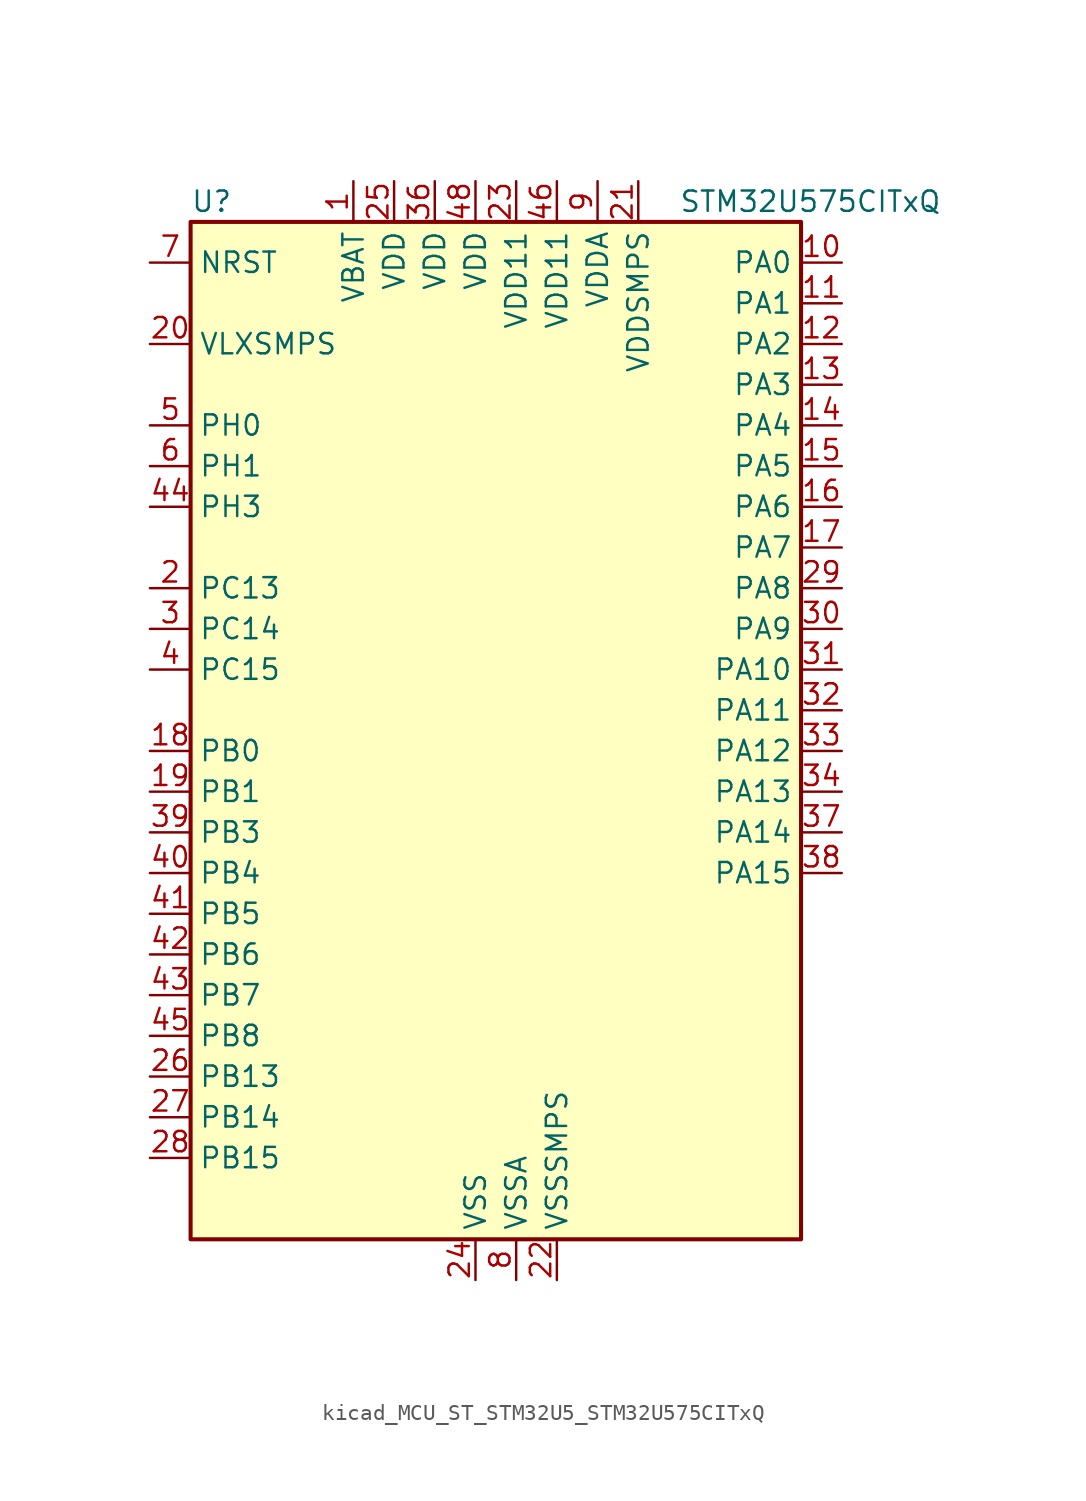
<source format=kicad_sym>
(kicad_symbol_lib
  (version 20220914)
  (generator kicad_symbol_editor)
  (symbol "kicad_MCU_ST_STM32U5_STM32U575CITxQ"
    (property "Reference" "U"
      (at -17.78 34.29 0)
      (effects (font (size 1.27 1.27)) (justify left)))
    (property "Value" "STM32U575CITxQ"
      (at 12.7 34.29 0)
      (effects (font (size 1.27 1.27)) (justify left)))
    (property "ki_locked" ""
      (at 0 0 0)
      (effects (font (size 1.27 1.27))))
    (symbol "kicad_MCU_ST_STM32U5_STM32U575CITxQ_0_1"
      (rectangle (start -17.78 -30.48) (end 20.32 33.02) (stroke (width 0.254) (type default)) (fill (type background))))
    (symbol "kicad_MCU_ST_STM32U5_STM32U575CITxQ_1_1"
      (pin power_in line (at -7.62 35.56 270) (length 2.54) (name "VBAT" (effects (font (size 1.27 1.27)))) (number "1" (effects (font (size 1.27 1.27)))))
      (pin bidirectional line (at 22.86 30.48 180) (length 2.54) (name "PA0" (effects (font (size 1.27 1.27)))) (number "10" (effects (font (size 1.27 1.27)))) (alternate "ADC1_IN5" bidirectional line) (alternate "AUDIOCLK" bidirectional line) (alternate "OCTOSPIM_P2_NCS" bidirectional line) (alternate "OPAMP1_VINP" bidirectional line) (alternate "PWR_WKUP1" bidirectional line) (alternate "SPI3_RDY" bidirectional line) (alternate "TAMP_IN2" bidirectional line) (alternate "TAMP_OUT1" bidirectional line) (alternate "TIM2_CH1" bidirectional line) (alternate "TIM2_ETR" bidirectional line) (alternate "TIM5_CH1" bidirectional line) (alternate "TIM8_ETR" bidirectional line) (alternate "UART4_TX" bidirectional line) (alternate "USART2_CTS" bidirectional line))
      (pin bidirectional line (at 22.86 27.94 180) (length 2.54) (name "PA1" (effects (font (size 1.27 1.27)))) (number "11" (effects (font (size 1.27 1.27)))) (alternate "ADC1_IN6" bidirectional line) (alternate "I2C1_SMBA" bidirectional line) (alternate "LPTIM1_CH2" bidirectional line) (alternate "OCTOSPIM_P1_DQS" bidirectional line) (alternate "OPAMP1_VINM" bidirectional line) (alternate "PWR_WKUP3" bidirectional line) (alternate "SPI1_SCK" bidirectional line) (alternate "TAMP_IN5" bidirectional line) (alternate "TAMP_OUT4" bidirectional line) (alternate "TIM15_CH1N" bidirectional line) (alternate "TIM2_CH2" bidirectional line) (alternate "TIM5_CH2" bidirectional line) (alternate "UART4_RX" bidirectional line) (alternate "USART2_DE" bidirectional line) (alternate "USART2_RTS" bidirectional line))
      (pin bidirectional line (at 22.86 25.4 180) (length 2.54) (name "PA2" (effects (font (size 1.27 1.27)))) (number "12" (effects (font (size 1.27 1.27)))) (alternate "ADC1_IN7" bidirectional line) (alternate "COMP1_INP" bidirectional line) (alternate "LPUART1_TX" bidirectional line) (alternate "OCTOSPIM_P1_NCS" bidirectional line) (alternate "PWR_WKUP4" bidirectional line) (alternate "RCC_LSCO" bidirectional line) (alternate "SPI1_RDY" bidirectional line) (alternate "TIM15_CH1" bidirectional line) (alternate "TIM2_CH3" bidirectional line) (alternate "TIM5_CH3" bidirectional line) (alternate "UCPD1_FRSTX1" bidirectional line) (alternate "USART2_TX" bidirectional line))
      (pin bidirectional line (at 22.86 22.86 180) (length 2.54) (name "PA3" (effects (font (size 1.27 1.27)))) (number "13" (effects (font (size 1.27 1.27)))) (alternate "ADC1_IN8" bidirectional line) (alternate "LPUART1_RX" bidirectional line) (alternate "OCTOSPIM_P1_CLK" bidirectional line) (alternate "OPAMP1_VOUT" bidirectional line) (alternate "PWR_WKUP5" bidirectional line) (alternate "SAI1_CK1" bidirectional line) (alternate "SAI1_MCLK_A" bidirectional line) (alternate "TIM15_CH2" bidirectional line) (alternate "TIM2_CH4" bidirectional line) (alternate "TIM5_CH4" bidirectional line) (alternate "USART2_RX" bidirectional line))
      (pin bidirectional line (at 22.86 20.32 180) (length 2.54) (name "PA4" (effects (font (size 1.27 1.27)))) (number "14" (effects (font (size 1.27 1.27)))) (alternate "ADC1_IN9" bidirectional line) (alternate "ADC4_IN9" bidirectional line) (alternate "DAC1_OUT1" bidirectional line) (alternate "LPTIM2_CH1" bidirectional line) (alternate "OCTOSPIM_P1_NCS" bidirectional line) (alternate "PWR_WKUP2" bidirectional line) (alternate "SAI1_FS_B" bidirectional line) (alternate "SPI1_NSS" bidirectional line) (alternate "SPI3_NSS" bidirectional line) (alternate "USART2_CK" bidirectional line))
      (pin bidirectional line (at 22.86 17.78 180) (length 2.54) (name "PA5" (effects (font (size 1.27 1.27)))) (number "15" (effects (font (size 1.27 1.27)))) (alternate "ADC1_IN10" bidirectional line) (alternate "ADC4_IN10" bidirectional line) (alternate "DAC1_OUT2" bidirectional line) (alternate "LPTIM2_ETR" bidirectional line) (alternate "PWR_CSLEEP" bidirectional line) (alternate "PWR_WKUP6" bidirectional line) (alternate "SPI1_SCK" bidirectional line) (alternate "TIM2_CH1" bidirectional line) (alternate "TIM2_ETR" bidirectional line) (alternate "TIM8_CH1N" bidirectional line) (alternate "USART3_RX" bidirectional line))
      (pin bidirectional line (at 22.86 15.24 180) (length 2.54) (name "PA6" (effects (font (size 1.27 1.27)))) (number "16" (effects (font (size 1.27 1.27)))) (alternate "ADC1_IN11" bidirectional line) (alternate "ADC4_IN11" bidirectional line) (alternate "LPUART1_CTS" bidirectional line) (alternate "OCTOSPIM_P1_IO3" bidirectional line) (alternate "OPAMP2_VINP" bidirectional line) (alternate "PWR_CDSTOP" bidirectional line) (alternate "PWR_WKUP7" bidirectional line) (alternate "SPI1_MISO" bidirectional line) (alternate "TIM16_CH1" bidirectional line) (alternate "TIM1_BKIN" bidirectional line) (alternate "TIM3_CH1" bidirectional line) (alternate "TIM8_BKIN" bidirectional line) (alternate "USART3_CTS" bidirectional line))
      (pin bidirectional line (at 22.86 12.7 180) (length 2.54) (name "PA7" (effects (font (size 1.27 1.27)))) (number "17" (effects (font (size 1.27 1.27)))) (alternate "ADC1_IN12" bidirectional line) (alternate "ADC4_IN20" bidirectional line) (alternate "I2C3_SCL" bidirectional line) (alternate "LPTIM2_CH2" bidirectional line) (alternate "OCTOSPIM_P1_IO2" bidirectional line) (alternate "OPAMP2_VINM" bidirectional line) (alternate "PWR_SRDSTOP" bidirectional line) (alternate "PWR_WKUP8" bidirectional line) (alternate "SPI1_MOSI" bidirectional line) (alternate "TIM17_CH1" bidirectional line) (alternate "TIM1_CH1N" bidirectional line) (alternate "TIM3_CH2" bidirectional line) (alternate "TIM8_CH1N" bidirectional line) (alternate "USART3_TX" bidirectional line))
      (pin bidirectional line (at -20.32 0 0) (length 2.54) (name "PB0" (effects (font (size 1.27 1.27)))) (number "18" (effects (font (size 1.27 1.27)))) (alternate "ADC1_IN15" bidirectional line) (alternate "ADC4_IN18" bidirectional line) (alternate "AUDIOCLK" bidirectional line) (alternate "COMP1_OUT" bidirectional line) (alternate "LPTIM3_CH1" bidirectional line) (alternate "OCTOSPIM_P1_IO1" bidirectional line) (alternate "OPAMP2_VOUT" bidirectional line) (alternate "SPI1_NSS" bidirectional line) (alternate "TIM1_CH2N" bidirectional line) (alternate "TIM3_CH3" bidirectional line) (alternate "TIM8_CH2N" bidirectional line) (alternate "USART3_CK" bidirectional line))
      (pin bidirectional line (at -20.32 -2.54 0) (length 2.54) (name "PB1" (effects (font (size 1.27 1.27)))) (number "19" (effects (font (size 1.27 1.27)))) (alternate "ADC1_IN16" bidirectional line) (alternate "ADC4_IN19" bidirectional line) (alternate "COMP1_INM" bidirectional line) (alternate "LPTIM2_IN1" bidirectional line) (alternate "LPTIM3_CH2" bidirectional line) (alternate "LPUART1_DE" bidirectional line) (alternate "LPUART1_RTS" bidirectional line) (alternate "MDF1_SDI0" bidirectional line) (alternate "OCTOSPIM_P1_IO0" bidirectional line) (alternate "PWR_WKUP4" bidirectional line) (alternate "TIM1_CH3N" bidirectional line) (alternate "TIM3_CH4" bidirectional line) (alternate "TIM8_CH3N" bidirectional line) (alternate "USART3_DE" bidirectional line) (alternate "USART3_RTS" bidirectional line))
      (pin bidirectional line (at -20.32 10.16 0) (length 2.54) (name "PC13" (effects (font (size 1.27 1.27)))) (number "2" (effects (font (size 1.27 1.27)))) (alternate "PWR_WKUP2" bidirectional line) (alternate "RTC_OUT1" bidirectional line) (alternate "RTC_TS" bidirectional line) (alternate "TAMP_IN1" bidirectional line) (alternate "TAMP_OUT2" bidirectional line))
      (pin power_in line (at -20.32 25.4 0) (length 2.54) (name "VLXSMPS" (effects (font (size 1.27 1.27)))) (number "20" (effects (font (size 1.27 1.27)))))
      (pin power_in line (at 10.16 35.56 270) (length 2.54) (name "VDDSMPS" (effects (font (size 1.27 1.27)))) (number "21" (effects (font (size 1.27 1.27)))))
      (pin power_in line (at 5.08 -33.02 90) (length 2.54) (name "VSSSMPS" (effects (font (size 1.27 1.27)))) (number "22" (effects (font (size 1.27 1.27)))))
      (pin power_in line (at 2.54 35.56 270) (length 2.54) (name "VDD11" (effects (font (size 1.27 1.27)))) (number "23" (effects (font (size 1.27 1.27)))))
      (pin power_in line (at 0 -33.02 90) (length 2.54) (name "VSS" (effects (font (size 1.27 1.27)))) (number "24" (effects (font (size 1.27 1.27)))))
      (pin power_in line (at -5.08 35.56 270) (length 2.54) (name "VDD" (effects (font (size 1.27 1.27)))) (number "25" (effects (font (size 1.27 1.27)))))
      (pin bidirectional line (at -20.32 -20.32 0) (length 2.54) (name "PB13" (effects (font (size 1.27 1.27)))) (number "26" (effects (font (size 1.27 1.27)))) (alternate "I2C2_SCL" bidirectional line) (alternate "LPTIM3_IN1" bidirectional line) (alternate "LPUART1_CTS" bidirectional line) (alternate "MDF1_CKI1" bidirectional line) (alternate "SPI2_SCK" bidirectional line) (alternate "TIM15_CH1N" bidirectional line) (alternate "TIM1_CH1N" bidirectional line) (alternate "TSC_G1_IO2" bidirectional line) (alternate "USART3_CTS" bidirectional line))
      (pin bidirectional line (at -20.32 -22.86 0) (length 2.54) (name "PB14" (effects (font (size 1.27 1.27)))) (number "27" (effects (font (size 1.27 1.27)))) (alternate "I2C2_SDA" bidirectional line) (alternate "LPTIM3_ETR" bidirectional line) (alternate "MDF1_SDI2" bidirectional line) (alternate "SPI2_MISO" bidirectional line) (alternate "TIM15_CH1" bidirectional line) (alternate "TIM1_CH2N" bidirectional line) (alternate "TIM8_CH2N" bidirectional line) (alternate "TSC_G1_IO3" bidirectional line) (alternate "UCPD1_DBCC2" bidirectional line) (alternate "USART3_DE" bidirectional line) (alternate "USART3_RTS" bidirectional line))
      (pin bidirectional line (at -20.32 -25.4 0) (length 2.54) (name "PB15" (effects (font (size 1.27 1.27)))) (number "28" (effects (font (size 1.27 1.27)))) (alternate "ADC1_EXTI15" bidirectional line) (alternate "ADC4_EXTI15" bidirectional line) (alternate "LPTIM2_IN2" bidirectional line) (alternate "MDF1_CKI2" bidirectional line) (alternate "PWR_WKUP7" bidirectional line) (alternate "RTC_REFIN" bidirectional line) (alternate "SPI2_MOSI" bidirectional line) (alternate "TIM15_CH2" bidirectional line) (alternate "TIM1_CH3N" bidirectional line) (alternate "TIM8_CH3N" bidirectional line) (alternate "UCPD1_CC2" bidirectional line))
      (pin bidirectional line (at 22.86 10.16 180) (length 2.54) (name "PA8" (effects (font (size 1.27 1.27)))) (number "29" (effects (font (size 1.27 1.27)))) (alternate "DEBUG_TRACECLK" bidirectional line) (alternate "LPTIM2_CH1" bidirectional line) (alternate "RCC_MCO" bidirectional line) (alternate "SAI1_CK2" bidirectional line) (alternate "SAI1_SCK_A" bidirectional line) (alternate "SPI1_RDY" bidirectional line) (alternate "TIM1_CH1" bidirectional line) (alternate "USART1_CK" bidirectional line) (alternate "USB_OTG_FS_SOF" bidirectional line))
      (pin bidirectional line (at -20.32 7.62 0) (length 2.54) (name "PC14" (effects (font (size 1.27 1.27)))) (number "3" (effects (font (size 1.27 1.27)))) (alternate "RCC_OSC32_IN" bidirectional line))
      (pin bidirectional line (at 22.86 7.62 180) (length 2.54) (name "PA9" (effects (font (size 1.27 1.27)))) (number "30" (effects (font (size 1.27 1.27)))) (alternate "DAC1_EXTI9" bidirectional line) (alternate "SAI1_FS_A" bidirectional line) (alternate "SPI2_SCK" bidirectional line) (alternate "TIM15_BKIN" bidirectional line) (alternate "TIM1_CH2" bidirectional line) (alternate "USART1_TX" bidirectional line) (alternate "USB_OTG_FS_VBUS" bidirectional line))
      (pin bidirectional line (at 22.86 5.08 180) (length 2.54) (name "PA10" (effects (font (size 1.27 1.27)))) (number "31" (effects (font (size 1.27 1.27)))) (alternate "CRS_SYNC" bidirectional line) (alternate "LPTIM2_IN2" bidirectional line) (alternate "SAI1_D1" bidirectional line) (alternate "SAI1_SD_A" bidirectional line) (alternate "TIM17_BKIN" bidirectional line) (alternate "TIM1_CH3" bidirectional line) (alternate "USART1_RX" bidirectional line) (alternate "USB_OTG_FS_ID" bidirectional line))
      (pin bidirectional line (at 22.86 2.54 180) (length 2.54) (name "PA11" (effects (font (size 1.27 1.27)))) (number "32" (effects (font (size 1.27 1.27)))) (alternate "ADC1_EXTI11" bidirectional line) (alternate "FDCAN1_RX" bidirectional line) (alternate "SPI1_MISO" bidirectional line) (alternate "TIM1_BKIN2" bidirectional line) (alternate "TIM1_CH4" bidirectional line) (alternate "USART1_CTS" bidirectional line) (alternate "USB_OTG_FS_DM" bidirectional line))
      (pin bidirectional line (at 22.86 0 180) (length 2.54) (name "PA12" (effects (font (size 1.27 1.27)))) (number "33" (effects (font (size 1.27 1.27)))) (alternate "FDCAN1_TX" bidirectional line) (alternate "OCTOSPIM_P2_NCS" bidirectional line) (alternate "SPI1_MOSI" bidirectional line) (alternate "TIM1_ETR" bidirectional line) (alternate "USART1_DE" bidirectional line) (alternate "USART1_RTS" bidirectional line) (alternate "USB_OTG_FS_DP" bidirectional line))
      (pin bidirectional line (at 22.86 -2.54 180) (length 2.54) (name "PA13" (effects (font (size 1.27 1.27)))) (number "34" (effects (font (size 1.27 1.27)))) (alternate "DEBUG_JTMS-SWDIO" bidirectional line) (alternate "IR_OUT" bidirectional line) (alternate "SAI1_SD_B" bidirectional line) (alternate "USB_OTG_FS_NOE" bidirectional line))
      (pin passive line (at 0 -33.02 90) (length 2.54) hide (name "VSS" (effects (font (size 1.27 1.27)))) (number "35" (effects (font (size 1.27 1.27)))))
      (pin power_in line (at -2.54 35.56 270) (length 2.54) (name "VDD" (effects (font (size 1.27 1.27)))) (number "36" (effects (font (size 1.27 1.27)))))
      (pin bidirectional line (at 22.86 -5.08 180) (length 2.54) (name "PA14" (effects (font (size 1.27 1.27)))) (number "37" (effects (font (size 1.27 1.27)))) (alternate "DEBUG_JTCK-SWCLK" bidirectional line) (alternate "I2C1_SMBA" bidirectional line) (alternate "I2C4_SMBA" bidirectional line) (alternate "LPTIM1_CH1" bidirectional line) (alternate "SAI1_FS_B" bidirectional line) (alternate "USB_OTG_FS_SOF" bidirectional line))
      (pin bidirectional line (at 22.86 -7.62 180) (length 2.54) (name "PA15" (effects (font (size 1.27 1.27)))) (number "38" (effects (font (size 1.27 1.27)))) (alternate "ADC1_EXTI15" bidirectional line) (alternate "ADC4_EXTI15" bidirectional line) (alternate "DEBUG_JTDI" bidirectional line) (alternate "SPI1_NSS" bidirectional line) (alternate "SPI3_NSS" bidirectional line) (alternate "TIM2_CH1" bidirectional line) (alternate "TIM2_ETR" bidirectional line) (alternate "UART4_DE" bidirectional line) (alternate "UART4_RTS" bidirectional line) (alternate "UCPD1_CC1" bidirectional line) (alternate "USART2_RX" bidirectional line) (alternate "USART3_DE" bidirectional line) (alternate "USART3_RTS" bidirectional line))
      (pin bidirectional line (at -20.32 -5.08 0) (length 2.54) (name "PB3" (effects (font (size 1.27 1.27)))) (number "39" (effects (font (size 1.27 1.27)))) (alternate "ADF1_CCK0" bidirectional line) (alternate "COMP2_INM" bidirectional line) (alternate "CRS_SYNC" bidirectional line) (alternate "DEBUG_JTDO-SWO" bidirectional line) (alternate "I2C1_SDA" bidirectional line) (alternate "LPTIM1_CH1" bidirectional line) (alternate "SAI1_SCK_B" bidirectional line) (alternate "SPI1_SCK" bidirectional line) (alternate "SPI3_SCK" bidirectional line) (alternate "TIM2_CH2" bidirectional line) (alternate "USART1_DE" bidirectional line) (alternate "USART1_RTS" bidirectional line))
      (pin bidirectional line (at -20.32 5.08 0) (length 2.54) (name "PC15" (effects (font (size 1.27 1.27)))) (number "4" (effects (font (size 1.27 1.27)))) (alternate "ADC1_EXTI15" bidirectional line) (alternate "ADC4_EXTI15" bidirectional line) (alternate "RCC_OSC32_OUT" bidirectional line))
      (pin bidirectional line (at -20.32 -7.62 0) (length 2.54) (name "PB4" (effects (font (size 1.27 1.27)))) (number "40" (effects (font (size 1.27 1.27)))) (alternate "ADF1_SDI0" bidirectional line) (alternate "COMP2_INP" bidirectional line) (alternate "DEBUG_JTRST" bidirectional line) (alternate "I2C3_SDA" bidirectional line) (alternate "LPTIM1_CH2" bidirectional line) (alternate "SAI1_MCLK_B" bidirectional line) (alternate "SPI1_MISO" bidirectional line) (alternate "SPI3_MISO" bidirectional line) (alternate "TIM17_BKIN" bidirectional line) (alternate "TIM3_CH1" bidirectional line) (alternate "TSC_G2_IO1" bidirectional line) (alternate "USART1_CTS" bidirectional line))
      (pin bidirectional line (at -20.32 -10.16 0) (length 2.54) (name "PB5" (effects (font (size 1.27 1.27)))) (number "41" (effects (font (size 1.27 1.27)))) (alternate "COMP2_OUT" bidirectional line) (alternate "I2C1_SMBA" bidirectional line) (alternate "LPTIM1_IN1" bidirectional line) (alternate "OCTOSPIM_P1_NCLK" bidirectional line) (alternate "PWR_WKUP6" bidirectional line) (alternate "SAI1_SD_B" bidirectional line) (alternate "SPI1_MOSI" bidirectional line) (alternate "SPI3_MOSI" bidirectional line) (alternate "TIM16_BKIN" bidirectional line) (alternate "TIM3_CH2" bidirectional line) (alternate "TSC_G2_IO2" bidirectional line) (alternate "UCPD1_DBCC1" bidirectional line) (alternate "USART1_CK" bidirectional line))
      (pin bidirectional line (at -20.32 -12.7 0) (length 2.54) (name "PB6" (effects (font (size 1.27 1.27)))) (number "42" (effects (font (size 1.27 1.27)))) (alternate "COMP2_INP" bidirectional line) (alternate "I2C1_SCL" bidirectional line) (alternate "I2C4_SCL" bidirectional line) (alternate "LPTIM1_ETR" bidirectional line) (alternate "MDF1_SDI5" bidirectional line) (alternate "PWR_WKUP3" bidirectional line) (alternate "SAI1_FS_B" bidirectional line) (alternate "TIM16_CH1N" bidirectional line) (alternate "TIM4_CH1" bidirectional line) (alternate "TIM8_BKIN2" bidirectional line) (alternate "TSC_G2_IO3" bidirectional line) (alternate "USART1_TX" bidirectional line))
      (pin bidirectional line (at -20.32 -15.24 0) (length 2.54) (name "PB7" (effects (font (size 1.27 1.27)))) (number "43" (effects (font (size 1.27 1.27)))) (alternate "COMP2_INM" bidirectional line) (alternate "I2C1_SDA" bidirectional line) (alternate "I2C4_SDA" bidirectional line) (alternate "LPTIM1_IN2" bidirectional line) (alternate "MDF1_CKI5" bidirectional line) (alternate "PWR_PVD_IN" bidirectional line) (alternate "PWR_WKUP4" bidirectional line) (alternate "TIM17_CH1N" bidirectional line) (alternate "TIM4_CH2" bidirectional line) (alternate "TIM8_BKIN" bidirectional line) (alternate "TSC_G2_IO4" bidirectional line) (alternate "UART4_CTS" bidirectional line) (alternate "USART1_RX" bidirectional line))
      (pin bidirectional line (at -20.32 15.24 0) (length 2.54) (name "PH3" (effects (font (size 1.27 1.27)))) (number "44" (effects (font (size 1.27 1.27)))))
      (pin bidirectional line (at -20.32 -17.78 0) (length 2.54) (name "PB8" (effects (font (size 1.27 1.27)))) (number "45" (effects (font (size 1.27 1.27)))) (alternate "FDCAN1_RX" bidirectional line) (alternate "I2C1_SCL" bidirectional line) (alternate "MDF1_CCK0" bidirectional line) (alternate "PWR_WKUP5" bidirectional line) (alternate "SAI1_CK1" bidirectional line) (alternate "SAI1_MCLK_A" bidirectional line) (alternate "SPI3_RDY" bidirectional line) (alternate "TIM16_CH1" bidirectional line) (alternate "TIM4_CH3" bidirectional line))
      (pin power_in line (at 5.08 35.56 270) (length 2.54) (name "VDD11" (effects (font (size 1.27 1.27)))) (number "46" (effects (font (size 1.27 1.27)))))
      (pin passive line (at 0 -33.02 90) (length 2.54) hide (name "VSS" (effects (font (size 1.27 1.27)))) (number "47" (effects (font (size 1.27 1.27)))))
      (pin power_in line (at 0 35.56 270) (length 2.54) (name "VDD" (effects (font (size 1.27 1.27)))) (number "48" (effects (font (size 1.27 1.27)))))
      (pin bidirectional line (at -20.32 20.32 0) (length 2.54) (name "PH0" (effects (font (size 1.27 1.27)))) (number "5" (effects (font (size 1.27 1.27)))) (alternate "RCC_OSC_IN" bidirectional line))
      (pin bidirectional line (at -20.32 17.78 0) (length 2.54) (name "PH1" (effects (font (size 1.27 1.27)))) (number "6" (effects (font (size 1.27 1.27)))) (alternate "RCC_OSC_OUT" bidirectional line))
      (pin input line (at -20.32 30.48 0) (length 2.54) (name "NRST" (effects (font (size 1.27 1.27)))) (number "7" (effects (font (size 1.27 1.27)))))
      (pin power_in line (at 2.54 -33.02 90) (length 2.54) (name "VSSA" (effects (font (size 1.27 1.27)))) (number "8" (effects (font (size 1.27 1.27)))))
      (pin power_in line (at 7.62 35.56 270) (length 2.54) (name "VDDA" (effects (font (size 1.27 1.27)))) (number "9" (effects (font (size 1.27 1.27))))))))
</source>
